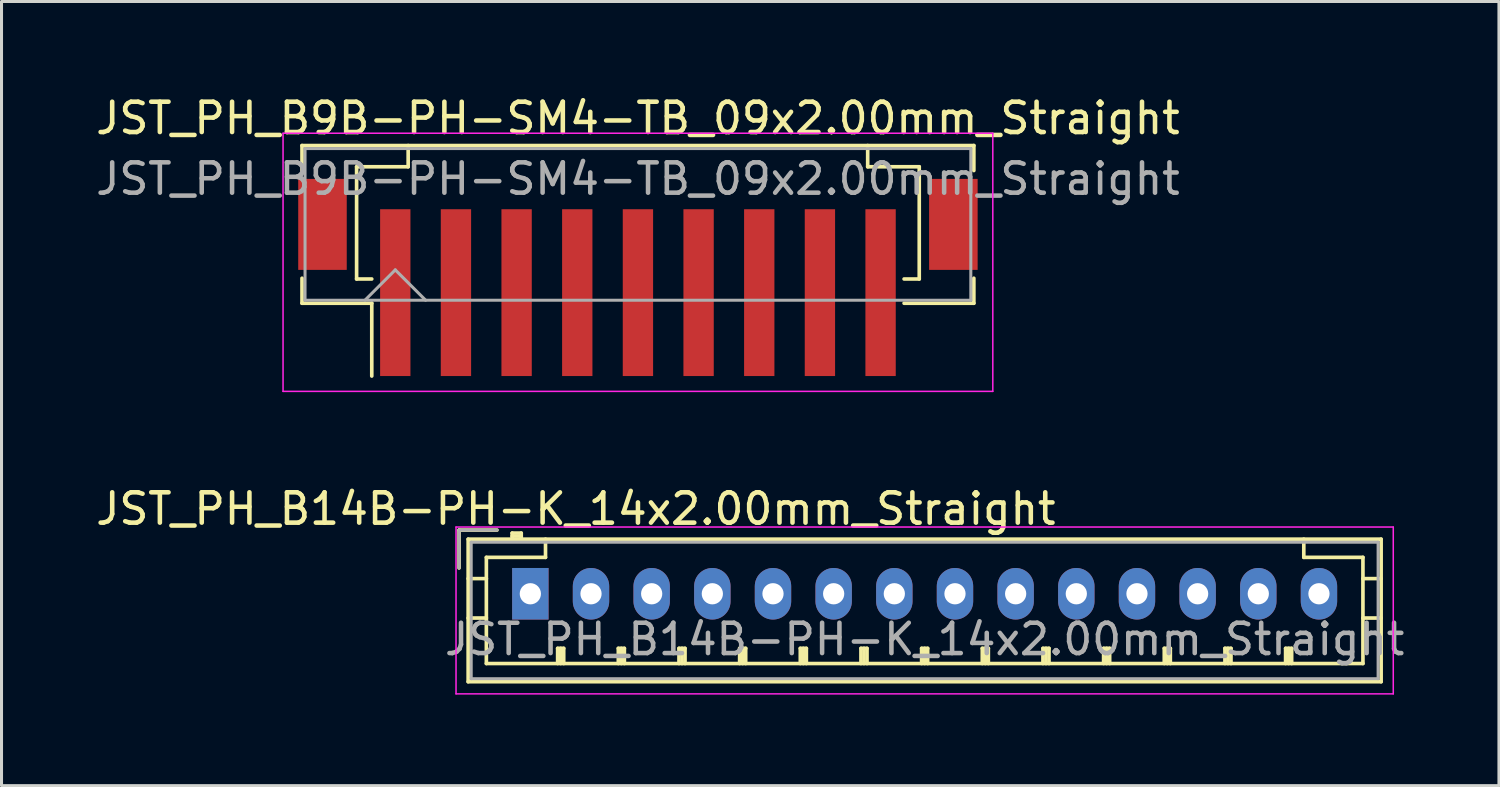
<source format=kicad_pcb>
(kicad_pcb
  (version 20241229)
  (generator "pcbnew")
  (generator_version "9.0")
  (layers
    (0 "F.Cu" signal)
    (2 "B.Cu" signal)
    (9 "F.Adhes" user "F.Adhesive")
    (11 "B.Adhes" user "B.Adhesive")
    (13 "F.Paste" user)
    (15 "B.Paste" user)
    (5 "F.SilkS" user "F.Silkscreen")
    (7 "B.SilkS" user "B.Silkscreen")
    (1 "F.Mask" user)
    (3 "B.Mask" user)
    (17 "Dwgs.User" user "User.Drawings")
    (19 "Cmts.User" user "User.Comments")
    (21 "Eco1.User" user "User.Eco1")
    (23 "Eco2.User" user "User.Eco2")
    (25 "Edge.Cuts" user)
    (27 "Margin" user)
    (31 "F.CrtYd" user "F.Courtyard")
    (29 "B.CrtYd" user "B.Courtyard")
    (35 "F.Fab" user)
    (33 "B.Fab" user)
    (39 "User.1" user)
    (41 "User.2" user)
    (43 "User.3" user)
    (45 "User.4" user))
  (footprint "JST_PH_B9B-PH-SM4-TB_09x2.00mm_Straight"
    (layer "F.Cu")
    (at 17.982 5.473)
    (property "Reference" "JST_PH_B9B-PH-SM4-TB_09x2.00mm_Straight" (at 0 -4.625 0) (layer "F.SilkS") (effects (font (size 1 1) (thickness 0.15))))
    (attr through_hole)
    (fp_line (start -11.075 -3.725) (end 11.075 -3.725) (stroke (width 0.12) (type solid)) (layer "F.SilkS"))
    (fp_line (start -11.075 -2.9) (end -11.075 -3.725) (stroke (width 0.12) (type solid)) (layer "F.SilkS"))
    (fp_line (start -11.075 0.65) (end -11.075 1.475) (stroke (width 0.12) (type solid)) (layer "F.SilkS"))
    (fp_line (start -11.075 1.475) (end -8.775 1.475) (stroke (width 0.12) (type solid)) (layer "F.SilkS"))
    (fp_line (start -9.275 -3.025) (end -9.275 0.675) (stroke (width 0.12) (type solid)) (layer "F.SilkS"))
    (fp_line (start -9.275 0.675) (end -8.775 0.675) (stroke (width 0.12) (type solid)) (layer "F.SilkS"))
    (fp_line (start -8.775 1.475) (end -8.775 3.875) (stroke (width 0.12) (type solid)) (layer "F.SilkS"))
    (fp_line (start -7.575 -3.725) (end -7.575 -3.025) (stroke (width 0.12) (type solid)) (layer "F.SilkS"))
    (fp_line (start -7.575 -3.025) (end -9.275 -3.025) (stroke (width 0.12) (type solid)) (layer "F.SilkS"))
    (fp_line (start 7.575 -3.725) (end 7.575 -3.025) (stroke (width 0.12) (type solid)) (layer "F.SilkS"))
    (fp_line (start 7.575 -3.025) (end 9.275 -3.025) (stroke (width 0.12) (type solid)) (layer "F.SilkS"))
    (fp_line (start 9.275 -3.025) (end 9.275 0.675) (stroke (width 0.12) (type solid)) (layer "F.SilkS"))
    (fp_line (start 9.275 0.675) (end 8.775 0.675) (stroke (width 0.12) (type solid)) (layer "F.SilkS"))
    (fp_line (start 11.075 -3.725) (end 11.075 -2.9) (stroke (width 0.12) (type solid)) (layer "F.SilkS"))
    (fp_line (start 11.075 0.65) (end 11.075 1.475) (stroke (width 0.12) (type solid)) (layer "F.SilkS"))
    (fp_line (start 11.075 1.475) (end 8.775 1.475) (stroke (width 0.12) (type solid)) (layer "F.SilkS"))
    (fp_line (start -11.7 -4.13) (end -11.7 4.38) (stroke (width 0.05) (type solid)) (layer "F.CrtYd"))
    (fp_line (start -11.7 4.38) (end 11.7 4.38) (stroke (width 0.05) (type solid)) (layer "F.CrtYd"))
    (fp_line (start 11.7 -4.13) (end -11.7 -4.13) (stroke (width 0.05) (type solid)) (layer "F.CrtYd"))
    (fp_line (start 11.7 4.38) (end 11.7 -4.13) (stroke (width 0.05) (type solid)) (layer "F.CrtYd"))
    (fp_line (start -10.975 -3.625) (end -10.975 1.375) (stroke (width 0.1) (type solid)) (layer "F.Fab"))
    (fp_line (start -10.975 1.375) (end 10.975 1.375) (stroke (width 0.1) (type solid)) (layer "F.Fab"))
    (fp_line (start -9 1.375) (end -8 0.375) (stroke (width 0.1) (type solid)) (layer "F.Fab"))
    (fp_line (start -8 0.375) (end -7 1.375) (stroke (width 0.1) (type solid)) (layer "F.Fab"))
    (fp_line (start 10.975 -3.625) (end -10.975 -3.625) (stroke (width 0.1) (type solid)) (layer "F.Fab"))
    (fp_line (start 10.975 1.375) (end 10.975 -3.625) (stroke (width 0.1) (type solid)) (layer "F.Fab"))
    (fp_text user "${REFERENCE}" (at 0 -2.625 0) (layer "F.Fab") (effects (font (size 1 1) (thickness 0.15))))
    (pad "" smd rect (at -10.4 -1.125) (size 1.6 3) (layers "F.Cu" "F.Mask" "F.Paste"))
    (pad "" smd rect (at 10.4 -1.125) (size 1.6 3) (layers "F.Cu" "F.Mask" "F.Paste"))
    (pad "0" smd rect (at -8 1.125) (size 1 5.5) (layers "F.Cu" "F.Mask" "F.Paste"))
    (pad "1" smd rect (at -6 1.125) (size 1 5.5) (layers "F.Cu" "F.Mask" "F.Paste"))
    (pad "2" smd rect (at -4 1.125) (size 1 5.5) (layers "F.Cu" "F.Mask" "F.Paste"))
    (pad "3" smd rect (at -2 1.125) (size 1 5.5) (layers "F.Cu" "F.Mask" "F.Paste"))
    (pad "4" smd rect (at 0 1.125) (size 1 5.5) (layers "F.Cu" "F.Mask" "F.Paste"))
    (pad "5" smd rect (at 2 1.125) (size 1 5.5) (layers "F.Cu" "F.Mask" "F.Paste"))
    (pad "6" smd rect (at 4 1.125) (size 1 5.5) (layers "F.Cu" "F.Mask" "F.Paste"))
    (pad "7" smd rect (at 6 1.125) (size 1 5.5) (layers "F.Cu" "F.Mask" "F.Paste"))
    (pad "8" smd rect (at 8 1.125) (size 1 5.5) (layers "F.Cu" "F.Mask" "F.Paste")))
  (footprint "JST_PH_B14B-PH-K_14x2.00mm_Straight"
    (layer "F.Cu")
    (at 14.435 16.526)
    (property "Reference" "JST_PH_B14B-PH-K_14x2.00mm_Straight" (at 1.5 -2.8 0) (layer "F.SilkS") (effects (font (size 1 1) (thickness 0.15))))
    (attr through_hole)
    (fp_line (start -2.35 -2.1) (end -2.35 -0.85) (stroke (width 0.12) (type solid)) (layer "F.SilkS"))
    (fp_line (start -2.05 -1.8) (end -2.05 2.9) (stroke (width 0.12) (type solid)) (layer "F.SilkS"))
    (fp_line (start -2.05 -0.5) (end -1.45 -0.5) (stroke (width 0.12) (type solid)) (layer "F.SilkS"))
    (fp_line (start -2.05 0.8) (end -1.45 0.8) (stroke (width 0.12) (type solid)) (layer "F.SilkS"))
    (fp_line (start -2.05 2.9) (end 28.05 2.9) (stroke (width 0.12) (type solid)) (layer "F.SilkS"))
    (fp_line (start -1.45 -1.2) (end -1.45 2.3) (stroke (width 0.12) (type solid)) (layer "F.SilkS"))
    (fp_line (start -1.45 2.3) (end 27.45 2.3) (stroke (width 0.12) (type solid)) (layer "F.SilkS"))
    (fp_line (start -1.1 -2.1) (end -2.35 -2.1) (stroke (width 0.12) (type solid)) (layer "F.SilkS"))
    (fp_line (start -0.6 -2) (end -0.6 -1.8) (stroke (width 0.12) (type solid)) (layer "F.SilkS"))
    (fp_line (start -0.3 -2) (end -0.6 -2) (stroke (width 0.12) (type solid)) (layer "F.SilkS"))
    (fp_line (start -0.3 -1.9) (end -0.6 -1.9) (stroke (width 0.12) (type solid)) (layer "F.SilkS"))
    (fp_line (start -0.3 -1.8) (end -0.3 -2) (stroke (width 0.12) (type solid)) (layer "F.SilkS"))
    (fp_line (start 0.5 -1.8) (end 0.5 -1.2) (stroke (width 0.12) (type solid)) (layer "F.SilkS"))
    (fp_line (start 0.5 -1.2) (end -1.45 -1.2) (stroke (width 0.12) (type solid)) (layer "F.SilkS"))
    (fp_line (start 0.9 1.8) (end 1.1 1.8) (stroke (width 0.12) (type solid)) (layer "F.SilkS"))
    (fp_line (start 0.9 2.3) (end 0.9 1.8) (stroke (width 0.12) (type solid)) (layer "F.SilkS"))
    (fp_line (start 1 2.3) (end 1 1.8) (stroke (width 0.12) (type solid)) (layer "F.SilkS"))
    (fp_line (start 1.1 1.8) (end 1.1 2.3) (stroke (width 0.12) (type solid)) (layer "F.SilkS"))
    (fp_line (start 2.9 1.8) (end 3.1 1.8) (stroke (width 0.12) (type solid)) (layer "F.SilkS"))
    (fp_line (start 2.9 2.3) (end 2.9 1.8) (stroke (width 0.12) (type solid)) (layer "F.SilkS"))
    (fp_line (start 3 2.3) (end 3 1.8) (stroke (width 0.12) (type solid)) (layer "F.SilkS"))
    (fp_line (start 3.1 1.8) (end 3.1 2.3) (stroke (width 0.12) (type solid)) (layer "F.SilkS"))
    (fp_line (start 4.9 1.8) (end 5.1 1.8) (stroke (width 0.12) (type solid)) (layer "F.SilkS"))
    (fp_line (start 4.9 2.3) (end 4.9 1.8) (stroke (width 0.12) (type solid)) (layer "F.SilkS"))
    (fp_line (start 5 2.3) (end 5 1.8) (stroke (width 0.12) (type solid)) (layer "F.SilkS"))
    (fp_line (start 5.1 1.8) (end 5.1 2.3) (stroke (width 0.12) (type solid)) (layer "F.SilkS"))
    (fp_line (start 6.9 1.8) (end 7.1 1.8) (stroke (width 0.12) (type solid)) (layer "F.SilkS"))
    (fp_line (start 6.9 2.3) (end 6.9 1.8) (stroke (width 0.12) (type solid)) (layer "F.SilkS"))
    (fp_line (start 7 2.3) (end 7 1.8) (stroke (width 0.12) (type solid)) (layer "F.SilkS"))
    (fp_line (start 7.1 1.8) (end 7.1 2.3) (stroke (width 0.12) (type solid)) (layer "F.SilkS"))
    (fp_line (start 8.9 1.8) (end 9.1 1.8) (stroke (width 0.12) (type solid)) (layer "F.SilkS"))
    (fp_line (start 8.9 2.3) (end 8.9 1.8) (stroke (width 0.12) (type solid)) (layer "F.SilkS"))
    (fp_line (start 9 2.3) (end 9 1.8) (stroke (width 0.12) (type solid)) (layer "F.SilkS"))
    (fp_line (start 9.1 1.8) (end 9.1 2.3) (stroke (width 0.12) (type solid)) (layer "F.SilkS"))
    (fp_line (start 10.9 1.8) (end 11.1 1.8) (stroke (width 0.12) (type solid)) (layer "F.SilkS"))
    (fp_line (start 10.9 2.3) (end 10.9 1.8) (stroke (width 0.12) (type solid)) (layer "F.SilkS"))
    (fp_line (start 11 2.3) (end 11 1.8) (stroke (width 0.12) (type solid)) (layer "F.SilkS"))
    (fp_line (start 11.1 1.8) (end 11.1 2.3) (stroke (width 0.12) (type solid)) (layer "F.SilkS"))
    (fp_line (start 12.9 1.8) (end 13.1 1.8) (stroke (width 0.12) (type solid)) (layer "F.SilkS"))
    (fp_line (start 12.9 2.3) (end 12.9 1.8) (stroke (width 0.12) (type solid)) (layer "F.SilkS"))
    (fp_line (start 13 2.3) (end 13 1.8) (stroke (width 0.12) (type solid)) (layer "F.SilkS"))
    (fp_line (start 13.1 1.8) (end 13.1 2.3) (stroke (width 0.12) (type solid)) (layer "F.SilkS"))
    (fp_line (start 14.9 1.8) (end 15.1 1.8) (stroke (width 0.12) (type solid)) (layer "F.SilkS"))
    (fp_line (start 14.9 2.3) (end 14.9 1.8) (stroke (width 0.12) (type solid)) (layer "F.SilkS"))
    (fp_line (start 15 2.3) (end 15 1.8) (stroke (width 0.12) (type solid)) (layer "F.SilkS"))
    (fp_line (start 15.1 1.8) (end 15.1 2.3) (stroke (width 0.12) (type solid)) (layer "F.SilkS"))
    (fp_line (start 16.9 1.8) (end 17.1 1.8) (stroke (width 0.12) (type solid)) (layer "F.SilkS"))
    (fp_line (start 16.9 2.3) (end 16.9 1.8) (stroke (width 0.12) (type solid)) (layer "F.SilkS"))
    (fp_line (start 17 2.3) (end 17 1.8) (stroke (width 0.12) (type solid)) (layer "F.SilkS"))
    (fp_line (start 17.1 1.8) (end 17.1 2.3) (stroke (width 0.12) (type solid)) (layer "F.SilkS"))
    (fp_line (start 18.9 1.8) (end 19.1 1.8) (stroke (width 0.12) (type solid)) (layer "F.SilkS"))
    (fp_line (start 18.9 2.3) (end 18.9 1.8) (stroke (width 0.12) (type solid)) (layer "F.SilkS"))
    (fp_line (start 19 2.3) (end 19 1.8) (stroke (width 0.12) (type solid)) (layer "F.SilkS"))
    (fp_line (start 19.1 1.8) (end 19.1 2.3) (stroke (width 0.12) (type solid)) (layer "F.SilkS"))
    (fp_line (start 20.9 1.8) (end 21.1 1.8) (stroke (width 0.12) (type solid)) (layer "F.SilkS"))
    (fp_line (start 20.9 2.3) (end 20.9 1.8) (stroke (width 0.12) (type solid)) (layer "F.SilkS"))
    (fp_line (start 21 2.3) (end 21 1.8) (stroke (width 0.12) (type solid)) (layer "F.SilkS"))
    (fp_line (start 21.1 1.8) (end 21.1 2.3) (stroke (width 0.12) (type solid)) (layer "F.SilkS"))
    (fp_line (start 22.9 1.8) (end 23.1 1.8) (stroke (width 0.12) (type solid)) (layer "F.SilkS"))
    (fp_line (start 22.9 2.3) (end 22.9 1.8) (stroke (width 0.12) (type solid)) (layer "F.SilkS"))
    (fp_line (start 23 2.3) (end 23 1.8) (stroke (width 0.12) (type solid)) (layer "F.SilkS"))
    (fp_line (start 23.1 1.8) (end 23.1 2.3) (stroke (width 0.12) (type solid)) (layer "F.SilkS"))
    (fp_line (start 24.9 1.8) (end 25.1 1.8) (stroke (width 0.12) (type solid)) (layer "F.SilkS"))
    (fp_line (start 24.9 2.3) (end 24.9 1.8) (stroke (width 0.12) (type solid)) (layer "F.SilkS"))
    (fp_line (start 25 2.3) (end 25 1.8) (stroke (width 0.12) (type solid)) (layer "F.SilkS"))
    (fp_line (start 25.1 1.8) (end 25.1 2.3) (stroke (width 0.12) (type solid)) (layer "F.SilkS"))
    (fp_line (start 25.5 -1.2) (end 25.5 -1.8) (stroke (width 0.12) (type solid)) (layer "F.SilkS"))
    (fp_line (start 27.45 -1.2) (end 25.5 -1.2) (stroke (width 0.12) (type solid)) (layer "F.SilkS"))
    (fp_line (start 27.45 2.3) (end 27.45 -1.2) (stroke (width 0.12) (type solid)) (layer "F.SilkS"))
    (fp_line (start 28.05 -1.8) (end -2.05 -1.8) (stroke (width 0.12) (type solid)) (layer "F.SilkS"))
    (fp_line (start 28.05 -0.5) (end 27.45 -0.5) (stroke (width 0.12) (type solid)) (layer "F.SilkS"))
    (fp_line (start 28.05 0.8) (end 27.45 0.8) (stroke (width 0.12) (type solid)) (layer "F.SilkS"))
    (fp_line (start 28.05 2.9) (end 28.05 -1.8) (stroke (width 0.12) (type solid)) (layer "F.SilkS"))
    (fp_line (start -2.45 -2.2) (end -2.45 3.3) (stroke (width 0.05) (type solid)) (layer "F.CrtYd"))
    (fp_line (start -2.45 3.3) (end 28.45 3.3) (stroke (width 0.05) (type solid)) (layer "F.CrtYd"))
    (fp_line (start 28.45 -2.2) (end -2.45 -2.2) (stroke (width 0.05) (type solid)) (layer "F.CrtYd"))
    (fp_line (start 28.45 3.3) (end 28.45 -2.2) (stroke (width 0.05) (type solid)) (layer "F.CrtYd"))
    (fp_line (start -2.35 -2.1) (end -2.35 -0.85) (stroke (width 0.1) (type solid)) (layer "F.Fab"))
    (fp_line (start -1.95 -1.7) (end -1.95 2.8) (stroke (width 0.1) (type solid)) (layer "F.Fab"))
    (fp_line (start -1.95 2.8) (end 27.95 2.8) (stroke (width 0.1) (type solid)) (layer "F.Fab"))
    (fp_line (start -1.1 -2.1) (end -2.35 -2.1) (stroke (width 0.1) (type solid)) (layer "F.Fab"))
    (fp_line (start 27.95 -1.7) (end -1.95 -1.7) (stroke (width 0.1) (type solid)) (layer "F.Fab"))
    (fp_line (start 27.95 2.8) (end 27.95 -1.7) (stroke (width 0.1) (type solid)) (layer "F.Fab"))
    (fp_text user "${REFERENCE}" (at 13 1.5 0) (layer "F.Fab") (effects (font (size 1 1) (thickness 0.15))))
    (pad "1" thru_hole rect (at 0 0) (size 1.2 1.7) (drill 0.7) (layers "*.Cu" "*.Mask"))
    (pad "2" thru_hole oval (at 2 0) (size 1.2 1.7) (drill 0.7) (layers "*.Cu" "*.Mask"))
    (pad "3" thru_hole oval (at 4 0) (size 1.2 1.7) (drill 0.7) (layers "*.Cu" "*.Mask"))
    (pad "4" thru_hole oval (at 6 0) (size 1.2 1.7) (drill 0.7) (layers "*.Cu" "*.Mask"))
    (pad "5" thru_hole oval (at 8 0) (size 1.2 1.7) (drill 0.7) (layers "*.Cu" "*.Mask"))
    (pad "6" thru_hole oval (at 10 0) (size 1.2 1.7) (drill 0.7) (layers "*.Cu" "*.Mask"))
    (pad "7" thru_hole oval (at 12 0) (size 1.2 1.7) (drill 0.7) (layers "*.Cu" "*.Mask"))
    (pad "8" thru_hole oval (at 14 0) (size 1.2 1.7) (drill 0.7) (layers "*.Cu" "*.Mask"))
    (pad "9" thru_hole oval (at 16 0) (size 1.2 1.7) (drill 0.7) (layers "*.Cu" "*.Mask"))
    (pad "10" thru_hole oval (at 18 0) (size 1.2 1.7) (drill 0.7) (layers "*.Cu" "*.Mask"))
    (pad "11" thru_hole oval (at 20 0) (size 1.2 1.7) (drill 0.7) (layers "*.Cu" "*.Mask"))
    (pad "12" thru_hole oval (at 22 0) (size 1.2 1.7) (drill 0.7) (layers "*.Cu" "*.Mask"))
    (pad "13" thru_hole oval (at 24 0) (size 1.2 1.7) (drill 0.7) (layers "*.Cu" "*.Mask"))
    (pad "14" thru_hole oval (at 26 0) (size 1.2 1.7) (drill 0.7) (layers "*.Cu" "*.Mask")))
  (gr_rect
    (start -3 -3)
    (end 46.369 22.852)
    (stroke (width 0.1) (type default))
    (fill no)
    (layer "Edge.Cuts")))
</source>
